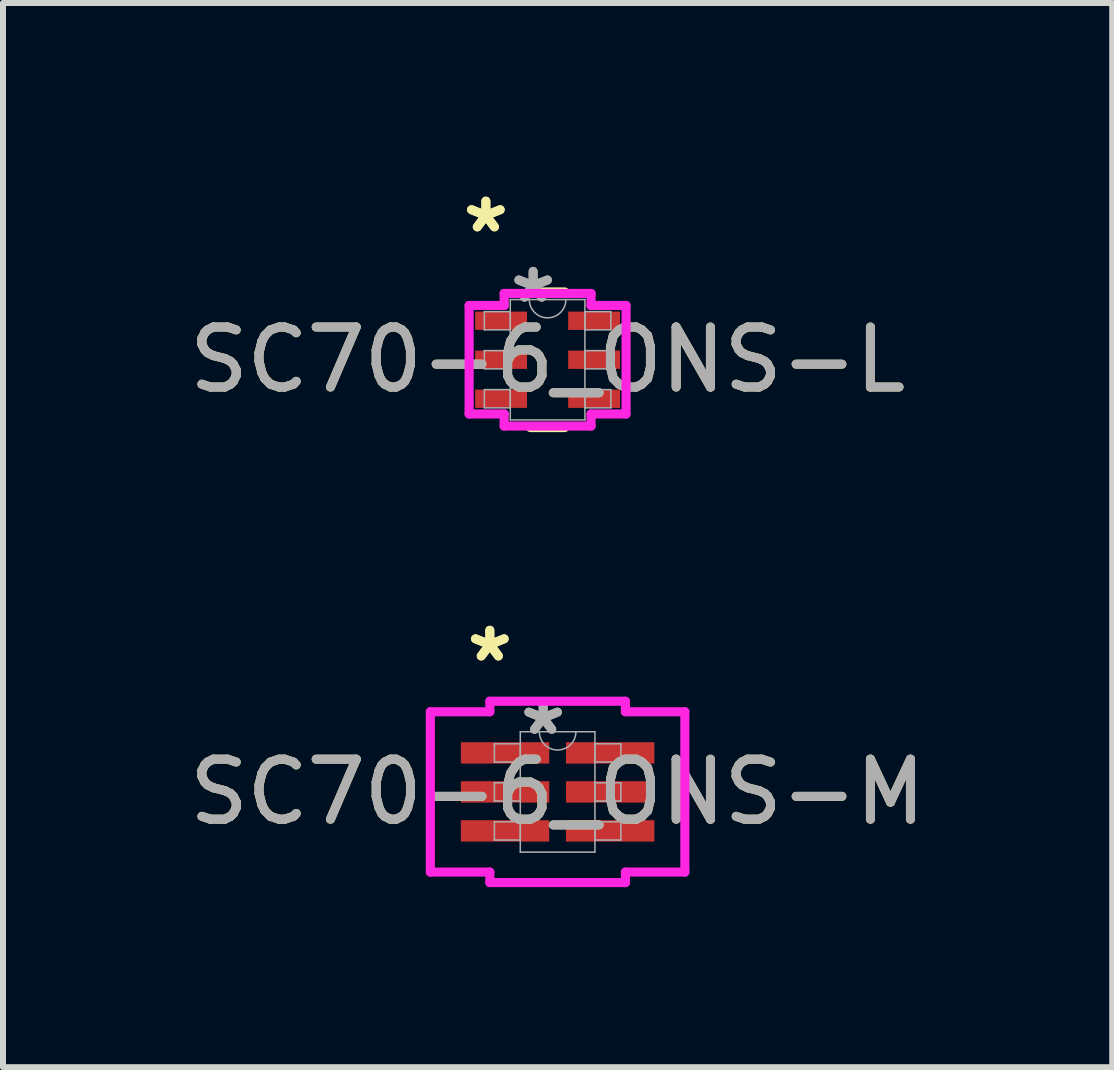
<source format=kicad_pcb>
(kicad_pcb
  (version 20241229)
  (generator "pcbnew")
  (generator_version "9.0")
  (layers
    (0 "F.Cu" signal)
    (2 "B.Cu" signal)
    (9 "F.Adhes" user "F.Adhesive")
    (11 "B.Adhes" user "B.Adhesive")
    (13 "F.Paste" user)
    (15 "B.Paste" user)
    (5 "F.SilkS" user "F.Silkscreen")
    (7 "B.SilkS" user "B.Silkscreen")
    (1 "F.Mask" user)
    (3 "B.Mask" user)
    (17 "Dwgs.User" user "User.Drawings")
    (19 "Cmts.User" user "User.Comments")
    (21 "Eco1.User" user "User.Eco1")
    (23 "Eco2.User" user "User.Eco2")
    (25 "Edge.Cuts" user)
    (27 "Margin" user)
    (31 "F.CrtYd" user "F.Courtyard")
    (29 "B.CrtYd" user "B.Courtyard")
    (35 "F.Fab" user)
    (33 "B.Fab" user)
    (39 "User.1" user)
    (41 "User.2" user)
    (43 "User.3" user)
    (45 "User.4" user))
  (footprint "SC70-6_ONS-L"
    (layer "F.Cu")
    (at 6.077 2.946)
    (property "Reference" "SC70-6_ONS-L" (at 0 0 0) (unlocked yes) (layer "F.SilkS") (effects (font (size 1 1) (thickness 0.15))))
    (attr smd)
    (fp_line (start -0.286 1.13) (end 0.286 1.13) (stroke (width 0.152) (type solid)) (layer "F.SilkS"))
    (fp_line (start 0.286 -1.13) (end -0.286 -1.13) (stroke (width 0.152) (type solid)) (layer "F.SilkS"))
    (fp_line (start -1.308 -0.904) (end -0.724 -0.904) (stroke (width 0.152) (type solid)) (layer "F.CrtYd"))
    (fp_line (start -1.308 0.904) (end -1.308 -0.904) (stroke (width 0.152) (type solid)) (layer "F.CrtYd"))
    (fp_line (start -1.308 0.904) (end -0.724 0.904) (stroke (width 0.152) (type solid)) (layer "F.CrtYd"))
    (fp_line (start -0.724 -1.105) (end 0.724 -1.105) (stroke (width 0.152) (type solid)) (layer "F.CrtYd"))
    (fp_line (start -0.724 -0.904) (end -0.724 -1.105) (stroke (width 0.152) (type solid)) (layer "F.CrtYd"))
    (fp_line (start -0.724 1.105) (end -0.724 0.904) (stroke (width 0.152) (type solid)) (layer "F.CrtYd"))
    (fp_line (start 0.724 -1.105) (end 0.724 -0.904) (stroke (width 0.152) (type solid)) (layer "F.CrtYd"))
    (fp_line (start 0.724 0.904) (end 0.724 1.105) (stroke (width 0.152) (type solid)) (layer "F.CrtYd"))
    (fp_line (start 0.724 1.105) (end -0.724 1.105) (stroke (width 0.152) (type solid)) (layer "F.CrtYd"))
    (fp_line (start 1.308 -0.904) (end 0.724 -0.904) (stroke (width 0.152) (type solid)) (layer "F.CrtYd"))
    (fp_line (start 1.308 -0.904) (end 1.308 0.904) (stroke (width 0.152) (type solid)) (layer "F.CrtYd"))
    (fp_line (start 1.308 0.904) (end 0.724 0.904) (stroke (width 0.152) (type solid)) (layer "F.CrtYd"))
    (fp_line (start -1.054 -0.802) (end -1.054 -0.498) (stroke (width 0.025) (type solid)) (layer "F.Fab"))
    (fp_line (start -1.054 -0.498) (end -0.622 -0.498) (stroke (width 0.025) (type solid)) (layer "F.Fab"))
    (fp_line (start -1.054 -0.152) (end -1.054 0.152) (stroke (width 0.025) (type solid)) (layer "F.Fab"))
    (fp_line (start -1.054 0.152) (end -0.622 0.152) (stroke (width 0.025) (type solid)) (layer "F.Fab"))
    (fp_line (start -1.054 0.498) (end -1.054 0.802) (stroke (width 0.025) (type solid)) (layer "F.Fab"))
    (fp_line (start -1.054 0.802) (end -0.622 0.802) (stroke (width 0.025) (type solid)) (layer "F.Fab"))
    (fp_line (start -0.622 -1.003) (end -0.622 1.003) (stroke (width 0.025) (type solid)) (layer "F.Fab"))
    (fp_line (start -0.622 -0.802) (end -1.054 -0.802) (stroke (width 0.025) (type solid)) (layer "F.Fab"))
    (fp_line (start -0.622 -0.498) (end -0.622 -0.802) (stroke (width 0.025) (type solid)) (layer "F.Fab"))
    (fp_line (start -0.622 -0.152) (end -1.054 -0.152) (stroke (width 0.025) (type solid)) (layer "F.Fab"))
    (fp_line (start -0.622 0.152) (end -0.622 -0.152) (stroke (width 0.025) (type solid)) (layer "F.Fab"))
    (fp_line (start -0.622 0.498) (end -1.054 0.498) (stroke (width 0.025) (type solid)) (layer "F.Fab"))
    (fp_line (start -0.622 0.802) (end -0.622 0.498) (stroke (width 0.025) (type solid)) (layer "F.Fab"))
    (fp_line (start -0.622 1.003) (end 0.622 1.003) (stroke (width 0.025) (type solid)) (layer "F.Fab"))
    (fp_line (start 0.622 -1.003) (end -0.622 -1.003) (stroke (width 0.025) (type solid)) (layer "F.Fab"))
    (fp_line (start 0.622 -0.802) (end 0.622 -0.498) (stroke (width 0.025) (type solid)) (layer "F.Fab"))
    (fp_line (start 0.622 -0.498) (end 1.054 -0.498) (stroke (width 0.025) (type solid)) (layer "F.Fab"))
    (fp_line (start 0.622 -0.152) (end 0.622 0.152) (stroke (width 0.025) (type solid)) (layer "F.Fab"))
    (fp_line (start 0.622 0.152) (end 1.054 0.152) (stroke (width 0.025) (type solid)) (layer "F.Fab"))
    (fp_line (start 0.622 0.498) (end 0.622 0.802) (stroke (width 0.025) (type solid)) (layer "F.Fab"))
    (fp_line (start 0.622 0.802) (end 1.054 0.802) (stroke (width 0.025) (type solid)) (layer "F.Fab"))
    (fp_line (start 0.622 1.003) (end 0.622 -1.003) (stroke (width 0.025) (type solid)) (layer "F.Fab"))
    (fp_line (start 1.054 -0.802) (end 0.622 -0.802) (stroke (width 0.025) (type solid)) (layer "F.Fab"))
    (fp_line (start 1.054 -0.498) (end 1.054 -0.802) (stroke (width 0.025) (type solid)) (layer "F.Fab"))
    (fp_line (start 1.054 -0.152) (end 0.622 -0.152) (stroke (width 0.025) (type solid)) (layer "F.Fab"))
    (fp_line (start 1.054 0.152) (end 1.054 -0.152) (stroke (width 0.025) (type solid)) (layer "F.Fab"))
    (fp_line (start 1.054 0.498) (end 0.622 0.498) (stroke (width 0.025) (type solid)) (layer "F.Fab"))
    (fp_line (start 1.054 0.802) (end 1.054 0.498) (stroke (width 0.025) (type solid)) (layer "F.Fab"))
    (fp_arc (start 0.3048 -1.0033) (mid 0 -0.6985) (end -0.3048 -1.0033) (stroke (width 0.0254) (type solid)) (layer "F.Fab"))
    (fp_text user "*" (at -1.029 -2.098 0) (layer "F.SilkS") (effects (font (size 1 1) (thickness 0.15))))
    (fp_text user "*" (at -1.029 -2.098 0) (unlocked yes) (layer "F.SilkS") (effects (font (size 1 1) (thickness 0.15))))
    (fp_text user "${REFERENCE}" (at 0 0 0) (unlocked yes) (layer "F.Fab") (effects (font (size 1 1) (thickness 0.15))))
    (fp_text user "*" (at -0.241 -0.927 0) (layer "F.Fab") (effects (font (size 1 1) (thickness 0.15))))
    (fp_text user "*" (at -0.241 -0.927 0) (unlocked yes) (layer "F.Fab") (effects (font (size 1 1) (thickness 0.15))))
    (pad "1" smd rect (at -0.775 -0.65) (size 0.864 0.305) (layers "F.Cu" "F.Mask" "F.Paste"))
    (pad "2" smd rect (at -0.775 0) (size 0.864 0.305) (layers "F.Cu" "F.Mask" "F.Paste"))
    (pad "3" smd rect (at -0.775 0.65) (size 0.864 0.305) (layers "F.Cu" "F.Mask" "F.Paste"))
    (pad "4" smd rect (at 0.775 0.65) (size 0.864 0.305) (layers "F.Cu" "F.Mask" "F.Paste"))
    (pad "5" smd rect (at 0.775 0) (size 0.864 0.305) (layers "F.Cu" "F.Mask" "F.Paste"))
    (pad "6" smd rect (at 0.775 -0.65) (size 0.864 0.305) (layers "F.Cu" "F.Mask" "F.Paste")))
  (footprint "SC70-6_ONS-M"
    (layer "F.Cu")
    (at 6.244 10.149)
    (property "Reference" "SC70-6_ONS-M" (at 0 0 0) (unlocked yes) (layer "F.SilkS") (effects (font (size 1 1) (thickness 0.15))))
    (attr smd)
    (fp_line (start -2.121 -1.336) (end -1.13 -1.336) (stroke (width 0.152) (type solid)) (layer "F.CrtYd"))
    (fp_line (start -2.121 1.336) (end -2.121 -1.336) (stroke (width 0.152) (type solid)) (layer "F.CrtYd"))
    (fp_line (start -2.121 1.336) (end -1.13 1.336) (stroke (width 0.152) (type solid)) (layer "F.CrtYd"))
    (fp_line (start -1.13 -1.511) (end 1.13 -1.511) (stroke (width 0.152) (type solid)) (layer "F.CrtYd"))
    (fp_line (start -1.13 -1.336) (end -1.13 -1.511) (stroke (width 0.152) (type solid)) (layer "F.CrtYd"))
    (fp_line (start -1.13 1.511) (end -1.13 1.336) (stroke (width 0.152) (type solid)) (layer "F.CrtYd"))
    (fp_line (start 1.13 -1.511) (end 1.13 -1.336) (stroke (width 0.152) (type solid)) (layer "F.CrtYd"))
    (fp_line (start 1.13 1.336) (end 1.13 1.511) (stroke (width 0.152) (type solid)) (layer "F.CrtYd"))
    (fp_line (start 1.13 1.511) (end -1.13 1.511) (stroke (width 0.152) (type solid)) (layer "F.CrtYd"))
    (fp_line (start 2.121 -1.336) (end 1.13 -1.336) (stroke (width 0.152) (type solid)) (layer "F.CrtYd"))
    (fp_line (start 2.121 -1.336) (end 2.121 1.336) (stroke (width 0.152) (type solid)) (layer "F.CrtYd"))
    (fp_line (start 2.121 1.336) (end 1.13 1.336) (stroke (width 0.152) (type solid)) (layer "F.CrtYd"))
    (fp_line (start -1.054 -0.802) (end -1.054 -0.498) (stroke (width 0.025) (type solid)) (layer "F.Fab"))
    (fp_line (start -1.054 -0.498) (end -0.622 -0.498) (stroke (width 0.025) (type solid)) (layer "F.Fab"))
    (fp_line (start -1.054 -0.152) (end -1.054 0.152) (stroke (width 0.025) (type solid)) (layer "F.Fab"))
    (fp_line (start -1.054 0.152) (end -0.622 0.152) (stroke (width 0.025) (type solid)) (layer "F.Fab"))
    (fp_line (start -1.054 0.498) (end -1.054 0.802) (stroke (width 0.025) (type solid)) (layer "F.Fab"))
    (fp_line (start -1.054 0.802) (end -0.622 0.802) (stroke (width 0.025) (type solid)) (layer "F.Fab"))
    (fp_line (start -0.622 -1.003) (end -0.622 1.003) (stroke (width 0.025) (type solid)) (layer "F.Fab"))
    (fp_line (start -0.622 -0.802) (end -1.054 -0.802) (stroke (width 0.025) (type solid)) (layer "F.Fab"))
    (fp_line (start -0.622 -0.498) (end -0.622 -0.802) (stroke (width 0.025) (type solid)) (layer "F.Fab"))
    (fp_line (start -0.622 -0.152) (end -1.054 -0.152) (stroke (width 0.025) (type solid)) (layer "F.Fab"))
    (fp_line (start -0.622 0.152) (end -0.622 -0.152) (stroke (width 0.025) (type solid)) (layer "F.Fab"))
    (fp_line (start -0.622 0.498) (end -1.054 0.498) (stroke (width 0.025) (type solid)) (layer "F.Fab"))
    (fp_line (start -0.622 0.802) (end -0.622 0.498) (stroke (width 0.025) (type solid)) (layer "F.Fab"))
    (fp_line (start -0.622 1.003) (end 0.622 1.003) (stroke (width 0.025) (type solid)) (layer "F.Fab"))
    (fp_line (start 0.622 -1.003) (end -0.622 -1.003) (stroke (width 0.025) (type solid)) (layer "F.Fab"))
    (fp_line (start 0.622 -0.802) (end 0.622 -0.498) (stroke (width 0.025) (type solid)) (layer "F.Fab"))
    (fp_line (start 0.622 -0.498) (end 1.054 -0.498) (stroke (width 0.025) (type solid)) (layer "F.Fab"))
    (fp_line (start 0.622 -0.152) (end 0.622 0.152) (stroke (width 0.025) (type solid)) (layer "F.Fab"))
    (fp_line (start 0.622 0.152) (end 1.054 0.152) (stroke (width 0.025) (type solid)) (layer "F.Fab"))
    (fp_line (start 0.622 0.498) (end 0.622 0.802) (stroke (width 0.025) (type solid)) (layer "F.Fab"))
    (fp_line (start 0.622 0.802) (end 1.054 0.802) (stroke (width 0.025) (type solid)) (layer "F.Fab"))
    (fp_line (start 0.622 1.003) (end 0.622 -1.003) (stroke (width 0.025) (type solid)) (layer "F.Fab"))
    (fp_line (start 1.054 -0.802) (end 0.622 -0.802) (stroke (width 0.025) (type solid)) (layer "F.Fab"))
    (fp_line (start 1.054 -0.498) (end 1.054 -0.802) (stroke (width 0.025) (type solid)) (layer "F.Fab"))
    (fp_line (start 1.054 -0.152) (end 0.622 -0.152) (stroke (width 0.025) (type solid)) (layer "F.Fab"))
    (fp_line (start 1.054 0.152) (end 1.054 -0.152) (stroke (width 0.025) (type solid)) (layer "F.Fab"))
    (fp_line (start 1.054 0.498) (end 0.622 0.498) (stroke (width 0.025) (type solid)) (layer "F.Fab"))
    (fp_line (start 1.054 0.802) (end 1.054 0.498) (stroke (width 0.025) (type solid)) (layer "F.Fab"))
    (fp_arc (start 0.3048 -1.0033) (mid 0 -0.6985) (end -0.3048 -1.0033) (stroke (width 0.0254) (type solid)) (layer "F.Fab"))
    (fp_text user "*" (at -1.13 -2.149 0) (unlocked yes) (layer "F.SilkS") (effects (font (size 1 1) (thickness 0.15))))
    (fp_text user "*" (at -1.13 -2.149 0) (layer "F.SilkS") (effects (font (size 1 1) (thickness 0.15))))
    (fp_text user "*" (at -0.241 -0.927 0) (unlocked yes) (layer "F.Fab") (effects (font (size 1 1) (thickness 0.15))))
    (fp_text user "*" (at -0.241 -0.927 0) (layer "F.Fab") (effects (font (size 1 1) (thickness 0.15))))
    (fp_text user "${REFERENCE}" (at 0 0 0) (unlocked yes) (layer "F.Fab") (effects (font (size 1 1) (thickness 0.15))))
    (pad "1" smd rect (at -0.876 -0.65) (size 1.473 0.356) (layers "F.Cu" "F.Mask" "F.Paste"))
    (pad "2" smd rect (at -0.876 0) (size 1.473 0.356) (layers "F.Cu" "F.Mask" "F.Paste"))
    (pad "3" smd rect (at -0.876 0.65) (size 1.473 0.356) (layers "F.Cu" "F.Mask" "F.Paste"))
    (pad "4" smd rect (at 0.876 0.65) (size 1.473 0.356) (layers "F.Cu" "F.Mask" "F.Paste"))
    (pad "5" smd rect (at 0.876 0) (size 1.473 0.356) (layers "F.Cu" "F.Mask" "F.Paste"))
    (pad "6" smd rect (at 0.876 -0.65) (size 1.473 0.356) (layers "F.Cu" "F.Mask" "F.Paste")))
  (gr_rect
    (start -3 -3)
    (end 15.488 14.737)
    (stroke (width 0.1) (type default))
    (fill no)
    (layer "Edge.Cuts")))
</source>
